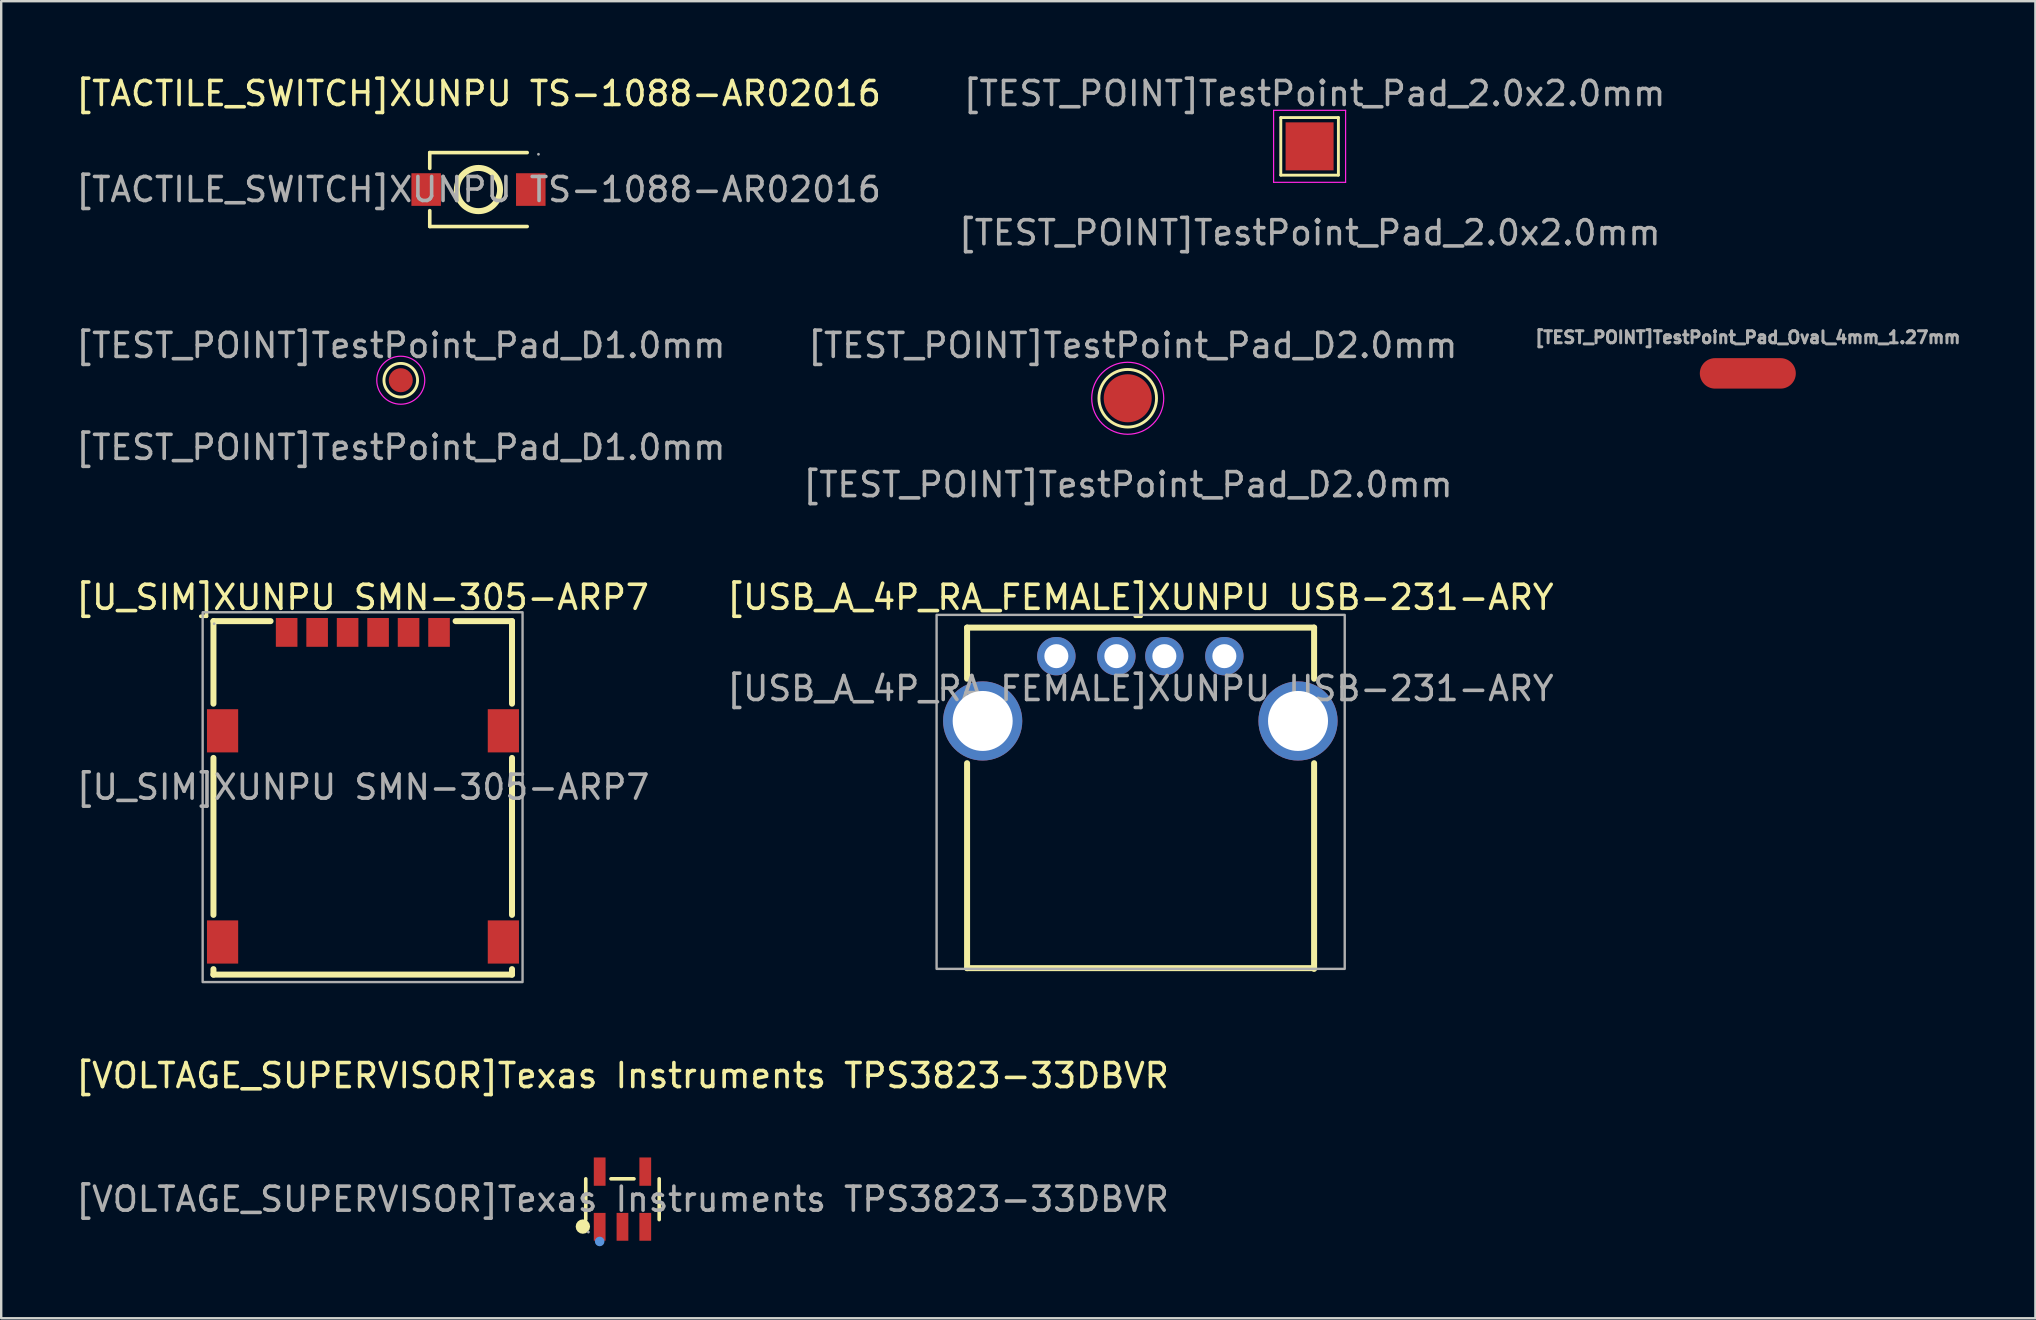
<source format=kicad_pcb>
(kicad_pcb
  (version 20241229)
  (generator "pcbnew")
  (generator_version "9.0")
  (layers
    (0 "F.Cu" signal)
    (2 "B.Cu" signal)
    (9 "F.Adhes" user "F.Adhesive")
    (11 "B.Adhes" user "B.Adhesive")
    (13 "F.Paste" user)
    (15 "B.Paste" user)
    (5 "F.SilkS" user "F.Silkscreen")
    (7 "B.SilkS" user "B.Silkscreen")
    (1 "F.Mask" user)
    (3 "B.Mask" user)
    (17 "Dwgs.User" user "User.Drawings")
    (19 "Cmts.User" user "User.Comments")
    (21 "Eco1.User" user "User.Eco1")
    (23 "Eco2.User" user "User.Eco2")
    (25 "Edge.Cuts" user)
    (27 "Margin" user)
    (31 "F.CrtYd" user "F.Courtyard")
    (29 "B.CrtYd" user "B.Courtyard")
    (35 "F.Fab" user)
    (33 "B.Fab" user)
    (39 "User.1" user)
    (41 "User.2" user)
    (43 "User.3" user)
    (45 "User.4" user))
  (footprint "[TACTILE_SWITCH]XUNPU TS-1088-AR02016"
    (layer "F.Cu")
    (at 16.887 4.848)
    (property "Reference" "[TACTILE_SWITCH]XUNPU TS-1088-AR02016" (at 0 -4 0) (layer "F.SilkS") (effects (font (size 1 1) (thickness 0.15))))
    (attr smd)
    (fp_line (start -2.03 -1.54) (end -2.03 -0.88) (stroke (width 0.15) (type solid)) (layer "F.SilkS"))
    (fp_line (start -2.03 1.54) (end -2.03 0.88) (stroke (width 0.15) (type solid)) (layer "F.SilkS"))
    (fp_line (start 2.03 -1.54) (end -2.03 -1.54) (stroke (width 0.15) (type solid)) (layer "F.SilkS"))
    (fp_line (start 2.03 1.54) (end -2.03 1.54) (stroke (width 0.15) (type solid)) (layer "F.SilkS"))
    (fp_circle (center 0 0) (end 0.9 0) (stroke (width 0.25) (type solid)) (fill no) (layer "F.SilkS"))
    (fp_circle (center 2.5 -1.47) (end 2.53 -1.47) (stroke (width 0.06) (type solid)) (fill no) (layer "F.Fab"))
    (fp_text user "${REFERENCE}" (at 0 0 0) (layer "F.Fab") (effects (font (size 1 1) (thickness 0.15))))
    (pad "1" smd rect (at -2.18 0) (size 1.23 1.36) (layers "F.Cu" "F.Mask" "F.Paste"))
    (pad "2" smd rect (at 2.18 0) (size 1.23 1.36) (layers "F.Cu" "F.Mask" "F.Paste")))
  (footprint "[TEST_POINT]TestPoint_Pad_D2.0mm"
    (layer "F.Cu")
    (at 43.946 13.545)
    (property "Reference" "[TEST_POINT]TestPoint_Pad_D2.0mm" (at 0.2 -2.2 0) (layer "F.Fab") (effects (font (size 1 1) (thickness 0.15))))
    (attr exclude_from_pos_files exclude_from_bom)
    (fp_circle (center -0.006 0) (end -0.006 1.2) (stroke (width 0.12) (type solid)) (fill no) (layer "F.SilkS"))
    (fp_circle (center -0.006 0) (end 1.494 0) (stroke (width 0.05) (type solid)) (fill no) (layer "F.CrtYd"))
    (fp_text user "${REFERENCE}" (at 0 3.6 0) (layer "F.Fab") (effects (font (size 1 1) (thickness 0.15))))
    (pad "1" smd circle (at -0.006 0) (size 2 2) (layers "F.Cu" "F.Mask")))
  (footprint "[TEST_POINT]TestPoint_Pad_Oval_4mm_1.27mm"
    (layer "F.Cu")
    (at 69.778 12.508)
    (property "Reference" "[TEST_POINT]TestPoint_Pad_Oval_4mm_1.27mm" (at 0 -1.5 0) (layer "F.Fab") (effects (font (size 0.5 0.5) (thickness 0.125))))
    (attr exclude_from_pos_files exclude_from_bom)
    (pad "1" smd oval (at 0 0) (size 4 1.27) (layers "F.Cu" "F.Mask" "F.Paste")))
  (footprint "[TEST_POINT]TestPoint_Pad_D1.0mm"
    (layer "F.Cu")
    (at 13.649 12.793)
    (property "Reference" "[TEST_POINT]TestPoint_Pad_D1.0mm" (at 0 -1.448 0) (layer "F.Fab") (effects (font (size 1 1) (thickness 0.15))))
    (attr exclude_from_pos_files exclude_from_bom)
    (fp_circle (center 0 0) (end 0 0.7) (stroke (width 0.12) (type solid)) (fill no) (layer "F.SilkS"))
    (fp_circle (center 0 0) (end 1 0) (stroke (width 0.05) (type solid)) (fill no) (layer "F.CrtYd"))
    (fp_text user "${REFERENCE}" (at 0 2.8 0) (layer "F.Fab") (effects (font (size 1 1) (thickness 0.15))))
    (pad "1" smd circle (at 0 0) (size 1 1) (layers "F.Cu" "F.Mask")))
  (footprint "[U_SIM]XUNPU SMN-305-ARP7"
    (layer "F.Cu")
    (at 12.074 29.751)
    (property "Reference" "[U_SIM]XUNPU SMN-305-ARP7" (at -0.02 -7.91 0) (layer "F.SilkS") (effects (font (size 1 1) (thickness 0.15))))
    (attr smd)
    (fp_line (start -6.23 -6.92) (end -6.23 -3.48) (stroke (width 0.25) (type solid)) (layer "F.SilkS"))
    (fp_line (start -6.23 -1.22) (end -6.23 5.32) (stroke (width 0.25) (type solid)) (layer "F.SilkS"))
    (fp_line (start -6.23 7.58) (end -6.23 7.81) (stroke (width 0.25) (type solid)) (layer "F.SilkS"))
    (fp_line (start -6.23 7.81) (end 6.21 7.81) (stroke (width 0.25) (type solid)) (layer "F.SilkS"))
    (fp_line (start -3.85 -6.92) (end -6.23 -6.92) (stroke (width 0.25) (type solid)) (layer "F.SilkS"))
    (fp_line (start 6.21 -6.92) (end 3.86 -6.92) (stroke (width 0.25) (type solid)) (layer "F.SilkS"))
    (fp_line (start 6.21 -6.8) (end 6.21 -6.92) (stroke (width 0.25) (type solid)) (layer "F.SilkS"))
    (fp_line (start 6.21 -3.48) (end 6.21 -6.8) (stroke (width 0.25) (type solid)) (layer "F.SilkS"))
    (fp_line (start 6.21 5.32) (end 6.21 -1.22) (stroke (width 0.25) (type solid)) (layer "F.SilkS"))
    (fp_line (start 6.21 7.81) (end 6.21 7.58) (stroke (width 0.25) (type solid)) (layer "F.SilkS"))
    (fp_rect (start -6.68 -7.29) (end 6.65 8.12) (stroke (width 0.1) (type default)) (fill no) (layer "F.Fab"))
    (fp_circle (center -6.2 -6.81) (end -6.17 -6.81) (stroke (width 0.06) (type solid)) (fill no) (layer "F.Fab"))
    (fp_text user "${REFERENCE}" (at 0 0 0) (layer "F.Fab") (effects (font (size 1 1) (thickness 0.15))))
    (pad "1" smd rect (at -3.18 -6.45) (size 0.9 1.2) (layers "F.Cu" "F.Mask" "F.Paste"))
    (pad "2" smd rect (at -0.64 -6.45) (size 0.9 1.2) (layers "F.Cu" "F.Mask" "F.Paste"))
    (pad "3" smd rect (at 1.9 -6.45) (size 0.9 1.2) (layers "F.Cu" "F.Mask" "F.Paste"))
    (pad "5" smd rect (at -1.91 -6.45) (size 0.9 1.2) (layers "F.Cu" "F.Mask" "F.Paste"))
    (pad "6" smd rect (at 0.63 -6.45) (size 0.9 1.2) (layers "F.Cu" "F.Mask" "F.Paste"))
    (pad "7" smd rect (at 3.17 -6.45) (size 0.9 1.2) (layers "F.Cu" "F.Mask" "F.Paste"))
    (pad "8" smd rect (at -5.85 6.45) (size 1.3 1.8) (layers "F.Cu" "F.Mask" "F.Paste"))
    (pad "9" smd rect (at -5.85 -2.35) (size 1.3 1.8) (layers "F.Cu" "F.Mask" "F.Paste"))
    (pad "10" smd rect (at 5.85 -2.35) (size 1.3 1.8) (layers "F.Cu" "F.Mask" "F.Paste"))
    (pad "11" smd rect (at 5.85 6.45) (size 1.3 1.8) (layers "F.Cu" "F.Mask" "F.Paste")))
  (footprint "[VOLTAGE_SUPERVISOR]Texas Instruments TPS3823-33DBVR"
    (layer "F.Cu")
    (at 22.887 46.919)
    (property "Reference" "[VOLTAGE_SUPERVISOR]Texas Instruments TPS3823-33DBVR" (at 0 -5.15 0) (layer "F.SilkS") (effects (font (size 1 1) (thickness 0.15))))
    (attr smd)
    (fp_line (start -1.53 0.85) (end -1.53 -0.85) (stroke (width 0.15) (type solid)) (layer "F.SilkS"))
    (fp_line (start 0.48 -0.85) (end -0.48 -0.85) (stroke (width 0.15) (type solid)) (layer "F.SilkS"))
    (fp_line (start 1.53 0.85) (end 1.53 -0.85) (stroke (width 0.15) (type solid)) (layer "F.SilkS"))
    (fp_circle (center -1.65 1.14) (end -1.5 1.14) (stroke (width 0.3) (type solid)) (fill no) (layer "F.SilkS"))
    (fp_circle (center -0.95 1.76) (end -0.85 1.76) (stroke (width 0.2) (type solid)) (fill no) (layer "Cmts.User"))
    (fp_circle (center -1.42 1.37) (end -1.39 1.37) (stroke (width 0.06) (type solid)) (fill no) (layer "F.Fab"))
    (fp_text user "${REFERENCE}" (at 0 0 0) (layer "F.Fab") (effects (font (size 1 1) (thickness 0.15))))
    (pad "1" smd rect (at -0.95 1.15) (size 0.49 1.16) (layers "F.Cu" "F.Mask" "F.Paste"))
    (pad "2" smd rect (at 0 1.15) (size 0.49 1.16) (layers "F.Cu" "F.Mask" "F.Paste"))
    (pad "3" smd rect (at 0.95 1.15) (size 0.49 1.16) (layers "F.Cu" "F.Mask" "F.Paste"))
    (pad "4" smd rect (at 0.95 -1.15) (size 0.49 1.18) (layers "F.Cu" "F.Mask" "F.Paste"))
    (pad "5" smd rect (at -0.95 -1.15) (size 0.49 1.18) (layers "F.Cu" "F.Mask" "F.Paste")))
  (footprint "[USB_A_4P_RA_FEMALE]XUNPU USB-231-ARY"
    (layer "F.Cu")
    (at 44.466 25.641)
    (property "Reference" "[USB_A_4P_RA_FEMALE]XUNPU USB-231-ARY" (at 0 -3.8 0) (layer "F.SilkS") (effects (font (size 1 1) (thickness 0.15))))
    (attr through_hole)
    (fp_line (start -7.22 -2.54) (end 7.24 -2.54) (stroke (width 0.25) (type solid)) (layer "F.SilkS"))
    (fp_line (start -7.22 -0.41) (end -7.22 -2.54) (stroke (width 0.25) (type solid)) (layer "F.SilkS"))
    (fp_line (start -7.22 11.65) (end -7.22 3.11) (stroke (width 0.25) (type solid)) (layer "F.SilkS"))
    (fp_line (start 7.23 11.65) (end -7.22 11.65) (stroke (width 0.25) (type solid)) (layer "F.SilkS"))
    (fp_line (start 7.24 -2.54) (end 7.24 -0.41) (stroke (width 0.25) (type solid)) (layer "F.SilkS"))
    (fp_line (start 7.24 3.11) (end 7.24 11.68) (stroke (width 0.25) (type solid)) (layer "F.SilkS"))
    (fp_rect (start -8.49 -3.07) (end 8.516 11.68) (stroke (width 0.1) (type solid)) (fill no) (layer "F.Fab"))
    (fp_text user "${REFERENCE}" (at 0 0 0) (layer "F.Fab") (effects (font (size 1 1) (thickness 0.15))))
    (pad "1" thru_hole circle (at -3.5 -1.35) (size 1.6 1.6) (drill 1) (layers "*.Cu" "*.Mask"))
    (pad "2" thru_hole circle (at -1 -1.35) (size 1.6 1.6) (drill 1) (layers "*.Cu" "*.Mask"))
    (pad "3" thru_hole circle (at 1 -1.35) (size 1.6 1.6) (drill 1) (layers "*.Cu" "*.Mask"))
    (pad "4" thru_hole circle (at 3.5 -1.35) (size 1.6 1.6) (drill 1) (layers "*.Cu" "*.Mask"))
    (pad "5" thru_hole circle (at -6.57 1.35) (size 3.3 3.3) (drill 2.5) (layers "*.Cu" "*.Mask"))
    (pad "6" thru_hole circle (at 6.57 1.35) (size 3.3 3.3) (drill 2.5) (layers "*.Cu" "*.Mask")))
  (footprint "[TEST_POINT]TestPoint_Pad_2.0x2.0mm"
    (layer "F.Cu")
    (at 51.518 3.048)
    (property "Reference" "[TEST_POINT]TestPoint_Pad_2.0x2.0mm" (at 0.2 -2.2 0) (layer "F.Fab") (effects (font (size 1 1) (thickness 0.15))))
    (attr exclude_from_pos_files exclude_from_bom)
    (fp_line (start -1.2 -1.2) (end 1.2 -1.2) (stroke (width 0.12) (type solid)) (layer "F.SilkS"))
    (fp_line (start -1.2 1.2) (end -1.2 -1.2) (stroke (width 0.12) (type solid)) (layer "F.SilkS"))
    (fp_line (start 1.2 -1.2) (end 1.2 1.2) (stroke (width 0.12) (type solid)) (layer "F.SilkS"))
    (fp_line (start 1.2 1.2) (end -1.2 1.2) (stroke (width 0.12) (type solid)) (layer "F.SilkS"))
    (fp_line (start -1.5 -1.5) (end -1.5 1.5) (stroke (width 0.05) (type solid)) (layer "F.CrtYd"))
    (fp_line (start -1.5 -1.5) (end 1.5 -1.5) (stroke (width 0.05) (type solid)) (layer "F.CrtYd"))
    (fp_line (start 1.5 1.5) (end -1.5 1.5) (stroke (width 0.05) (type solid)) (layer "F.CrtYd"))
    (fp_line (start 1.5 1.5) (end 1.5 -1.5) (stroke (width 0.05) (type solid)) (layer "F.CrtYd"))
    (fp_text user "${REFERENCE}" (at 0 3.6 0) (layer "F.Fab") (effects (font (size 1 1) (thickness 0.15))))
    (pad "1" smd rect (at 0 0) (size 2 2) (layers "F.Cu" "F.Mask")))
  (gr_rect
    (start -3 -3)
    (end 81.761 51.88)
    (stroke (width 0.1) (type default))
    (fill no)
    (layer "Edge.Cuts")))
</source>
